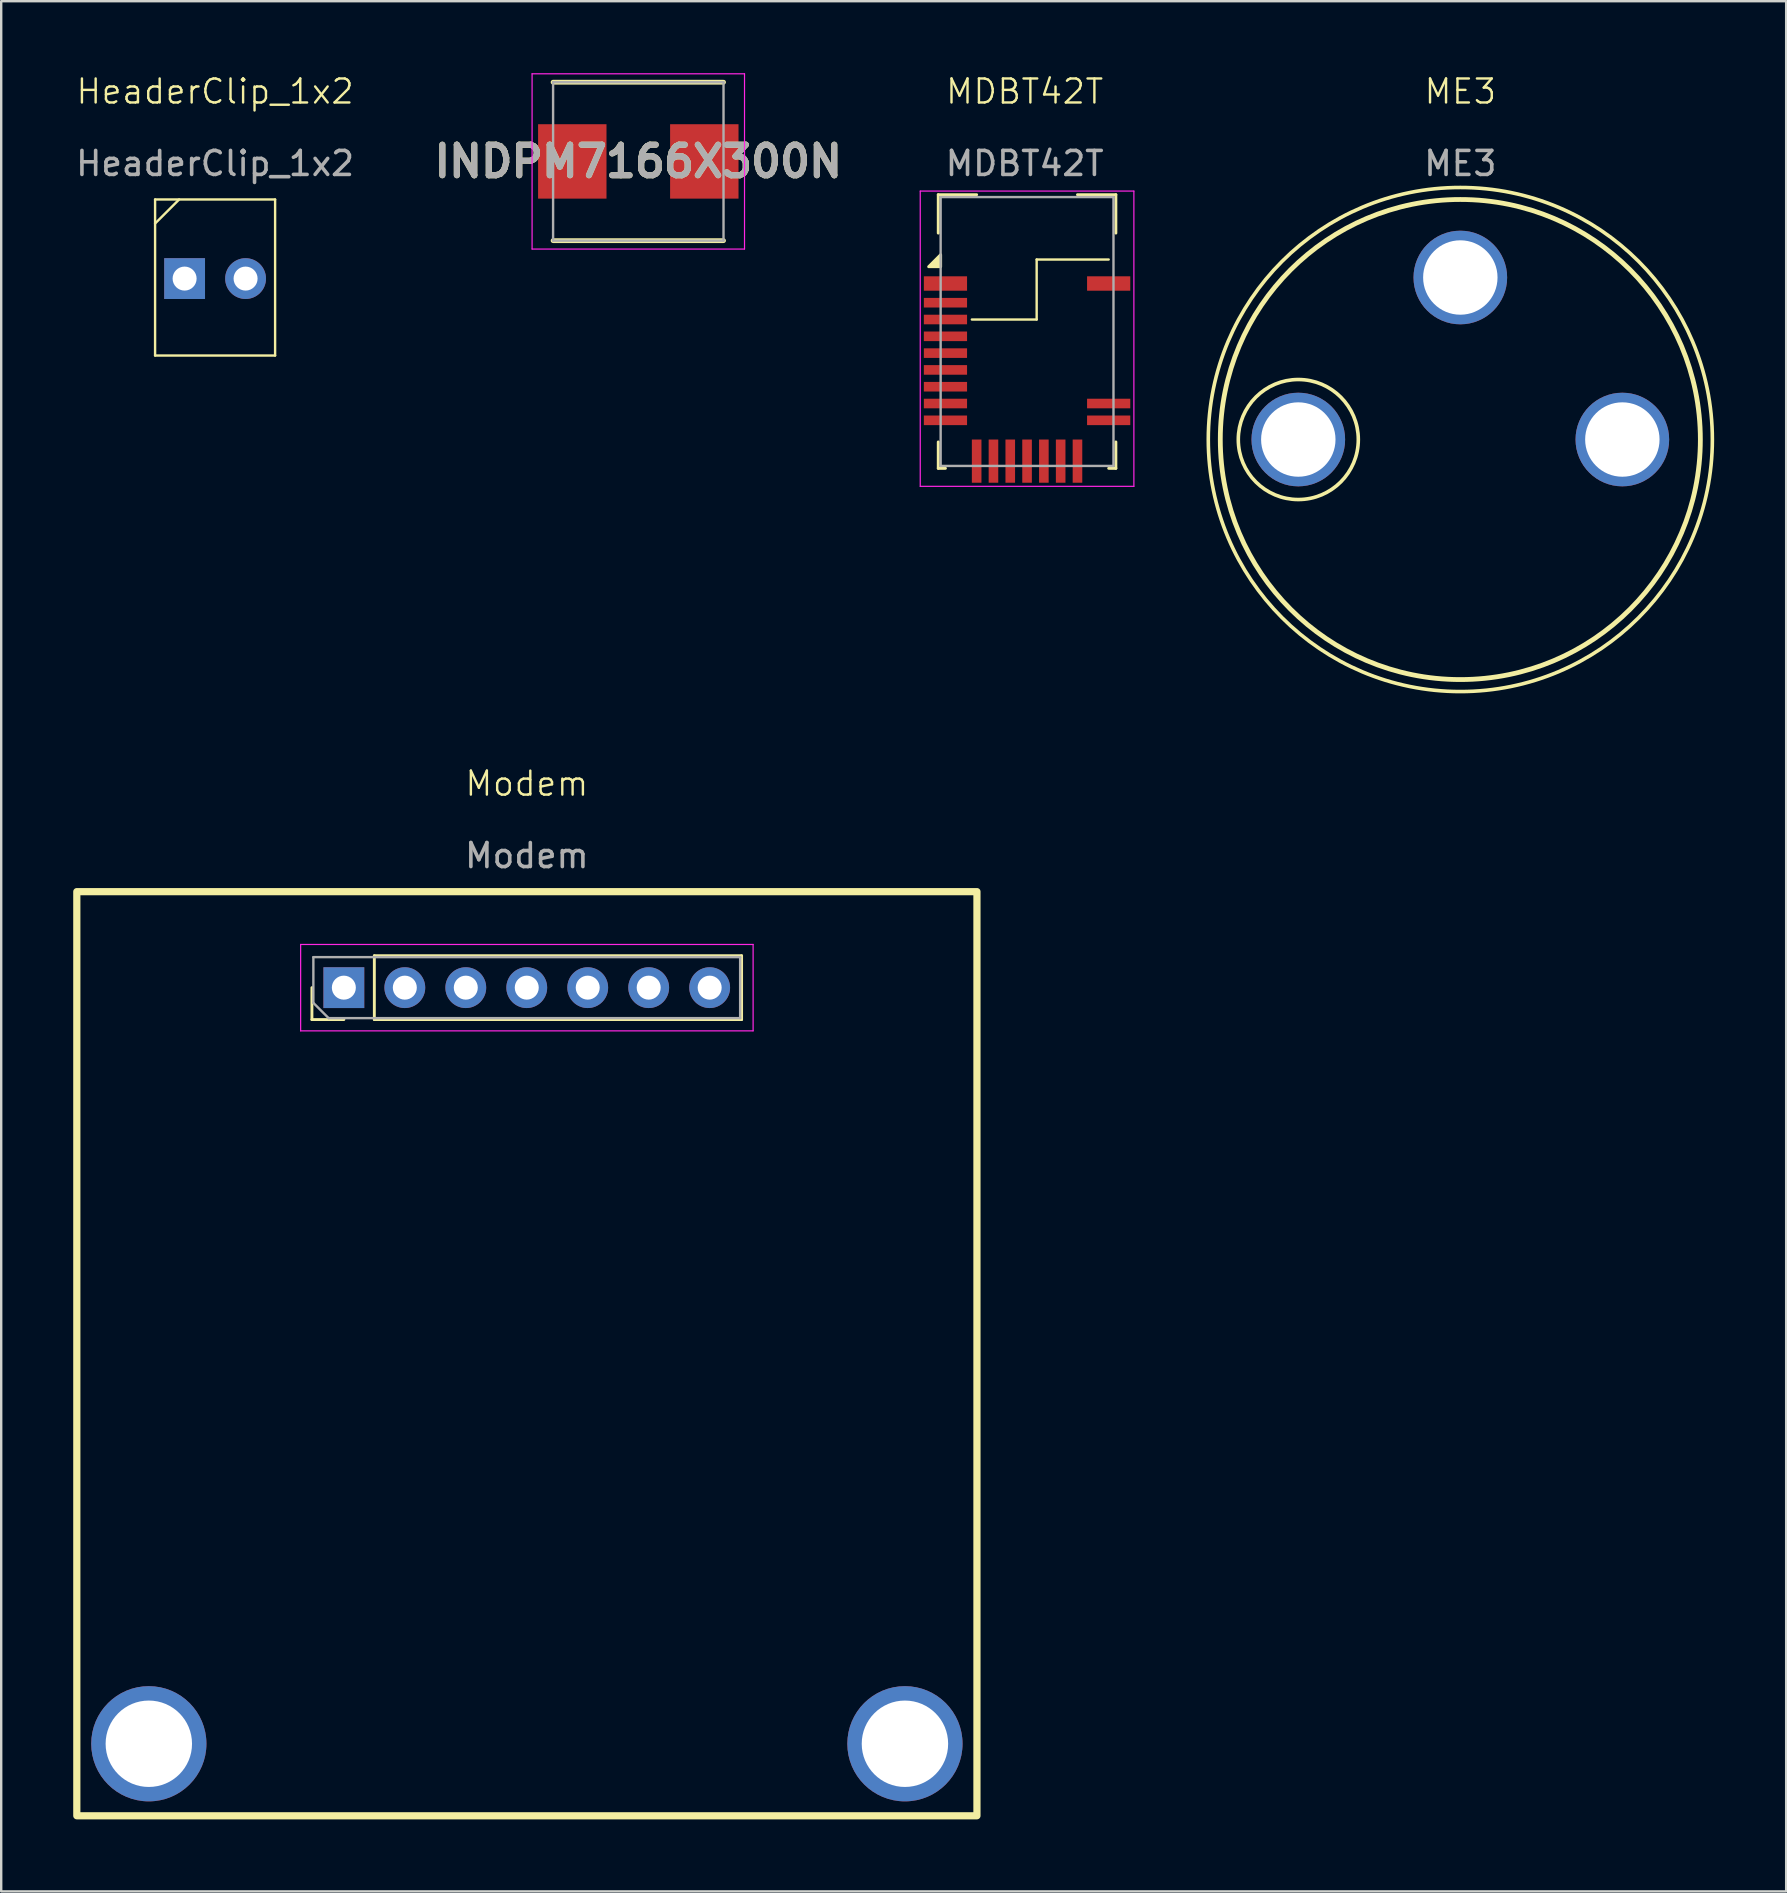
<source format=kicad_pcb>
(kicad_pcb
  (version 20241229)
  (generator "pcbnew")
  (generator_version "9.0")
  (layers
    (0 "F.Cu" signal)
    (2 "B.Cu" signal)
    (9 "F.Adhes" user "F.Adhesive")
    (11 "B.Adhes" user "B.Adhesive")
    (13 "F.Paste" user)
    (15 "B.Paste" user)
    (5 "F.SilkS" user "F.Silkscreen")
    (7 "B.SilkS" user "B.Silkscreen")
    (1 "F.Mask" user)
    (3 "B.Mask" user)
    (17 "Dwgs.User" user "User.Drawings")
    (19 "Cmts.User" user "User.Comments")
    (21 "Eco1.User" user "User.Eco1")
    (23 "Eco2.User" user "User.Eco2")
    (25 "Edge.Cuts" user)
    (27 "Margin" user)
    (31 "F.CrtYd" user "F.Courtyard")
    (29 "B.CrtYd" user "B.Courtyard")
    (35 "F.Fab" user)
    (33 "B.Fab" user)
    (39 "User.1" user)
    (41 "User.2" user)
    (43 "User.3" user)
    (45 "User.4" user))
  (footprint "INDPM7166X300N"
    (layer "F.Cu")
    (at 23.542 3.675)
    (property "Reference" "INDPM7166X300N" (at 0 0 0) (layer "F.SilkS") (effects (font (size 1.27 1.27) (thickness 0.254))))
    (attr smd)
    (fp_line (start -3.55 3.3) (end 3.55 3.3) (stroke (width 0.2) (type solid)) (layer "F.SilkS"))
    (fp_line (start 3.55 -3.3) (end -3.55 -3.3) (stroke (width 0.2) (type solid)) (layer "F.SilkS"))
    (fp_line (start -4.425 -3.65) (end 4.425 -3.65) (stroke (width 0.05) (type solid)) (layer "F.CrtYd"))
    (fp_line (start -4.425 3.65) (end -4.425 -3.65) (stroke (width 0.05) (type solid)) (layer "F.CrtYd"))
    (fp_line (start 4.425 -3.65) (end 4.425 3.65) (stroke (width 0.05) (type solid)) (layer "F.CrtYd"))
    (fp_line (start 4.425 3.65) (end -4.425 3.65) (stroke (width 0.05) (type solid)) (layer "F.CrtYd"))
    (fp_line (start -3.55 -3.3) (end 3.55 -3.3) (stroke (width 0.1) (type solid)) (layer "F.Fab"))
    (fp_line (start -3.55 3.3) (end -3.55 -3.3) (stroke (width 0.1) (type solid)) (layer "F.Fab"))
    (fp_line (start 3.55 -3.3) (end 3.55 3.3) (stroke (width 0.1) (type solid)) (layer "F.Fab"))
    (fp_line (start 3.55 3.3) (end -3.55 3.3) (stroke (width 0.1) (type solid)) (layer "F.Fab"))
    (fp_text user "${REFERENCE}" (at 0 0 0) (layer "F.Fab") (effects (font (size 1.27 1.27) (thickness 0.254))))
    (pad "1" smd rect (at -2.75 0) (size 2.85 3.1) (layers "F.Cu" "F.Mask" "F.Paste"))
    (pad "2" smd rect (at 2.75 0) (size 2.85 3.1) (layers "F.Cu" "F.Mask" "F.Paste")))
  (footprint "HeaderClip_1x2"
    (layer "F.Cu")
    (at 5.911 5.261)
    (property "Reference" "HeaderClip_1x2" (at 0 -4.5 0) (unlocked yes) (layer "F.SilkS") (effects (font (size 1 1) (thickness 0.1))))
    (attr through_hole)
    (fp_line (start -2.5 0) (end 2.5 0) (stroke (width 0.1) (type default)) (layer "F.SilkS"))
    (fp_line (start -2.5 1) (end -1.5 0) (stroke (width 0.1) (type default)) (layer "F.SilkS"))
    (fp_line (start -2.5 6.5) (end -2.5 0) (stroke (width 0.1) (type default)) (layer "F.SilkS"))
    (fp_line (start 2.5 0) (end 2.5 6.5) (stroke (width 0.1) (type default)) (layer "F.SilkS"))
    (fp_line (start 2.5 6.5) (end -2.5 6.5) (stroke (width 0.1) (type default)) (layer "F.SilkS"))
    (fp_text user "${REFERENCE}" (at 0 -1.5 0) (unlocked yes) (layer "F.Fab") (effects (font (size 1 1) (thickness 0.15))))
    (pad "1" thru_hole rect (at -1.27 3.295 90) (size 1.7 1.7) (drill 1) (layers "*.Cu" "*.Mask"))
    (pad "2" thru_hole oval (at 1.27 3.295 90) (size 1.7 1.7) (drill 1) (layers "*.Cu" "*.Mask")))
  (footprint "Modem"
    (layer "F.Cu")
    (at 18.9 34.096)
    (property "Reference" "Modem" (at 0 -4.5 0) (unlocked yes) (layer "F.SilkS") (effects (font (size 1 1) (thickness 0.1))))
    (attr through_hole)
    (fp_line (start -8.955 5.33) (end -8.955 4) (stroke (width 0.12) (type solid)) (layer "F.SilkS"))
    (fp_line (start -7.625 5.33) (end -8.955 5.33) (stroke (width 0.12) (type solid)) (layer "F.SilkS"))
    (fp_line (start -6.355 2.67) (end 8.945 2.67) (stroke (width 0.12) (type solid)) (layer "F.SilkS"))
    (fp_line (start -6.355 5.33) (end -6.355 2.67) (stroke (width 0.12) (type solid)) (layer "F.SilkS"))
    (fp_line (start -6.355 5.33) (end 8.945 5.33) (stroke (width 0.12) (type solid)) (layer "F.SilkS"))
    (fp_line (start 8.945 5.33) (end 8.945 2.67) (stroke (width 0.12) (type solid)) (layer "F.SilkS"))
    (fp_rect (start -18.75 0) (end 18.75 38.5) (stroke (width 0.3) (type default)) (fill no) (layer "F.SilkS"))
    (fp_line (start -9.425 2.2) (end -9.425 5.8) (stroke (width 0.05) (type solid)) (layer "F.CrtYd"))
    (fp_line (start -9.425 5.8) (end 9.425 5.8) (stroke (width 0.05) (type solid)) (layer "F.CrtYd"))
    (fp_line (start 9.425 2.2) (end -9.425 2.2) (stroke (width 0.05) (type solid)) (layer "F.CrtYd"))
    (fp_line (start 9.425 5.8) (end 9.425 2.2) (stroke (width 0.05) (type solid)) (layer "F.CrtYd"))
    (fp_line (start -8.895 2.73) (end 8.885 2.73) (stroke (width 0.1) (type solid)) (layer "F.Fab"))
    (fp_line (start -8.895 4.635) (end -8.895 2.73) (stroke (width 0.1) (type solid)) (layer "F.Fab"))
    (fp_line (start -8.26 5.27) (end -8.895 4.635) (stroke (width 0.1) (type solid)) (layer "F.Fab"))
    (fp_line (start 8.885 2.73) (end 8.885 5.27) (stroke (width 0.1) (type solid)) (layer "F.Fab"))
    (fp_line (start 8.885 5.27) (end -8.26 5.27) (stroke (width 0.1) (type solid)) (layer "F.Fab"))
    (fp_text user "${REFERENCE}" (at 0 -1.5 0) (unlocked yes) (layer "F.Fab") (effects (font (size 1 1) (thickness 0.15))))
    (pad "1" thru_hole rect (at -7.625 4 90) (size 1.7 1.7) (drill 1) (layers "*.Cu" "*.Mask"))
    (pad "2" thru_hole oval (at -5.085 4 90) (size 1.7 1.7) (drill 1) (layers "*.Cu" "*.Mask"))
    (pad "3" thru_hole oval (at -2.545 4 90) (size 1.7 1.7) (drill 1) (layers "*.Cu" "*.Mask"))
    (pad "4" thru_hole oval (at -0.005 4 90) (size 1.7 1.7) (drill 1) (layers "*.Cu" "*.Mask"))
    (pad "5" thru_hole oval (at 2.535 4 90) (size 1.7 1.7) (drill 1) (layers "*.Cu" "*.Mask"))
    (pad "6" thru_hole oval (at 5.075 4 90) (size 1.7 1.7) (drill 1) (layers "*.Cu" "*.Mask"))
    (pad "7" thru_hole oval (at 7.615 4 90) (size 1.7 1.7) (drill 1) (layers "*.Cu" "*.Mask"))
    (pad "8" thru_hole circle (at -15.75 35.5) (size 4.8 4.8) (drill 3.6) (layers "*.Cu" "*.Mask"))
    (pad "9" thru_hole circle (at 15.75 35.5) (size 4.8 4.8) (drill 3.6) (layers "*.Cu" "*.Mask")))
  (footprint "MDBT42T"
    (layer "F.Cu")
    (at 39.638 5.761)
    (property "Reference" "MDBT42T" (at 0 -5 0) (unlocked yes) (layer "F.SilkS") (effects (font (size 1 1) (thickness 0.1))))
    (attr smd)
    (fp_line (start -3.6 -0.7) (end -3.6 0.9) (stroke (width 0.12) (type solid)) (layer "F.SilkS"))
    (fp_line (start -3.6 -0.7) (end -2 -0.7) (stroke (width 0.12) (type solid)) (layer "F.SilkS"))
    (fp_line (start -3.6 10.7) (end -3.6 9.6) (stroke (width 0.12) (type solid)) (layer "F.SilkS"))
    (fp_line (start -3.3 10.7) (end -3.6 10.7) (stroke (width 0.12) (type solid)) (layer "F.SilkS"))
    (fp_line (start -2.2 4.5) (end 0.5 4.5) (stroke (width 0.1) (type default)) (layer "F.SilkS"))
    (fp_line (start 0.5 2) (end 3.5 2) (stroke (width 0.1) (type default)) (layer "F.SilkS"))
    (fp_line (start 0.5 4.5) (end 0.5 2) (stroke (width 0.1) (type default)) (layer "F.SilkS"))
    (fp_line (start 2.2 -0.7) (end 3.8 -0.7) (stroke (width 0.12) (type solid)) (layer "F.SilkS"))
    (fp_line (start 3.5 10.7) (end 3.8 10.7) (stroke (width 0.12) (type solid)) (layer "F.SilkS"))
    (fp_line (start 3.8 -0.7) (end 3.8 0.9) (stroke (width 0.12) (type solid)) (layer "F.SilkS"))
    (fp_line (start 3.8 10.7) (end 3.8 9.6) (stroke (width 0.12) (type solid)) (layer "F.SilkS"))
    (fp_poly (pts (xy -3.5 2.3) (xy -3.5 1.8) (xy -4 2.3) (xy -3.5 2.3)) (stroke (width 0.12) (type solid)) (fill yes) (layer "F.SilkS"))
    (fp_line (start -4.35 11.45) (end -4.35 -0.85) (stroke (width 0.05) (type solid)) (layer "F.CrtYd"))
    (fp_line (start 4.55 -0.85) (end -4.35 -0.85) (stroke (width 0.05) (type solid)) (layer "F.CrtYd"))
    (fp_line (start 4.55 -0.85) (end 4.55 11.45) (stroke (width 0.05) (type solid)) (layer "F.CrtYd"))
    (fp_line (start 4.55 11.45) (end -4.35 11.45) (stroke (width 0.05) (type solid)) (layer "F.CrtYd"))
    (fp_line (start -3.5 -0.6) (end -3.5 10.6) (stroke (width 0.1) (type solid)) (layer "F.Fab"))
    (fp_line (start -3.5 -0.6) (end 3.7 -0.6) (stroke (width 0.1) (type solid)) (layer "F.Fab"))
    (fp_line (start -3.5 10.6) (end 3.7 10.6) (stroke (width 0.1) (type solid)) (layer "F.Fab"))
    (fp_line (start 3.7 -0.6) (end 3.7 10.6) (stroke (width 0.1) (type solid)) (layer "F.Fab"))
    (fp_text user "${REFERENCE}" (at 0 -2 0) (unlocked yes) (layer "F.Fab") (effects (font (size 1 1) (thickness 0.15))))
    (pad "1" smd rect (at -3.3 3) (size 1.8 0.6) (layers "F.Cu" "F.Mask" "F.Paste"))
    (pad "2" smd rect (at -3.3 3.8) (size 1.8 0.4) (layers "F.Cu" "F.Mask" "F.Paste"))
    (pad "3" smd rect (at -3.3 4.5) (size 1.8 0.4) (layers "F.Cu" "F.Mask" "F.Paste"))
    (pad "4" smd rect (at -3.3 5.2) (size 1.8 0.4) (layers "F.Cu" "F.Mask" "F.Paste"))
    (pad "5" smd rect (at -3.3 5.9) (size 1.8 0.4) (layers "F.Cu" "F.Mask" "F.Paste"))
    (pad "6" smd rect (at -3.3 6.6) (size 1.8 0.4) (layers "F.Cu" "F.Mask" "F.Paste"))
    (pad "7" smd rect (at -3.3 7.3) (size 1.8 0.4) (layers "F.Cu" "F.Mask" "F.Paste"))
    (pad "8" smd rect (at -3.3 8) (size 1.8 0.4) (layers "F.Cu" "F.Mask" "F.Paste"))
    (pad "9" smd rect (at -3.3 8.7) (size 1.8 0.4) (layers "F.Cu" "F.Mask" "F.Paste"))
    (pad "10" smd rect (at -2 10.4 90) (size 1.8 0.4) (layers "F.Cu" "F.Mask" "F.Paste"))
    (pad "11" smd rect (at -1.3 10.4 90) (size 1.8 0.4) (layers "F.Cu" "F.Mask" "F.Paste"))
    (pad "12" smd rect (at -0.6 10.4 90) (size 1.8 0.4) (layers "F.Cu" "F.Mask" "F.Paste"))
    (pad "13" smd rect (at 0.1 10.4 90) (size 1.8 0.4) (layers "F.Cu" "F.Mask" "F.Paste"))
    (pad "14" smd rect (at 0.8 10.4 90) (size 1.8 0.4) (layers "F.Cu" "F.Mask" "F.Paste"))
    (pad "15" smd rect (at 1.5 10.4 90) (size 1.8 0.4) (layers "F.Cu" "F.Mask" "F.Paste"))
    (pad "16" smd rect (at 2.2 10.4 90) (size 1.8 0.4) (layers "F.Cu" "F.Mask" "F.Paste"))
    (pad "17" smd rect (at 3.5 8.7) (size 1.8 0.4) (layers "F.Cu" "F.Mask" "F.Paste"))
    (pad "18" smd rect (at 3.5 8) (size 1.8 0.4) (layers "F.Cu" "F.Mask" "F.Paste"))
    (pad "19" smd rect (at 3.5 3) (size 1.8 0.6) (layers "F.Cu" "F.Mask" "F.Paste"))
    (zone (net_name "") (layer "F.Cu") (name "KEEPOUT") (hatch edge 0.5) (connect_pads) (min_thickness 0.25) (filled_areas_thickness no) (keepout (tracks not_allowed) (vias not_allowed) (pads not_allowed) (copperpour not_allowed) (footprints not_allowed)) (placement (enabled no)) (fill) (polygon (pts (xy 36.138 5.16) (xy 43.338 5.16) (xy 43.338 7.761) (xy 40.138 7.761) (xy 40.138 10.261) (xy 37.438 10.261) (xy 37.438 8.161) (xy 36.138 8.161)))))
  (footprint "ME3"
    (layer "F.Cu")
    (at 57.788 15.261)
    (property "Reference" "ME3" (at 0 -14.5 0) (unlocked yes) (layer "F.SilkS") (effects (font (size 1 1) (thickness 0.1))))
    (attr through_hole)
    (fp_circle (center -6.75 0) (end -4.25 0) (stroke (width 0.15) (type default)) (fill no) (layer "F.SilkS"))
    (fp_circle (center 0 0) (end 10 0) (stroke (width 0.2) (type default)) (fill no) (layer "F.SilkS"))
    (fp_circle (center 0 0) (end 10.5 0) (stroke (width 0.15) (type default)) (fill no) (layer "F.SilkS"))
    (fp_text user "${REFERENCE}" (at 0 -11.5 0) (unlocked yes) (layer "F.Fab") (effects (font (size 1 1) (thickness 0.15))))
    (pad "1" thru_hole circle (at -6.75 0) (size 3.9 3.9) (drill 3.1) (layers "*.Cu" "*.Mask"))
    (pad "2" thru_hole circle (at 0 -6.75) (size 3.9 3.9) (drill 3.1) (layers "*.Cu" "*.Mask"))
    (pad "3" thru_hole circle (at 6.75 0) (size 3.9 3.9) (drill 3.1) (layers "*.Cu" "*.Mask")))
  (gr_rect
    (start -3 -3)
    (end 71.363 75.746)
    (stroke (width 0.1) (type default))
    (fill no)
    (layer "Edge.Cuts")))
</source>
